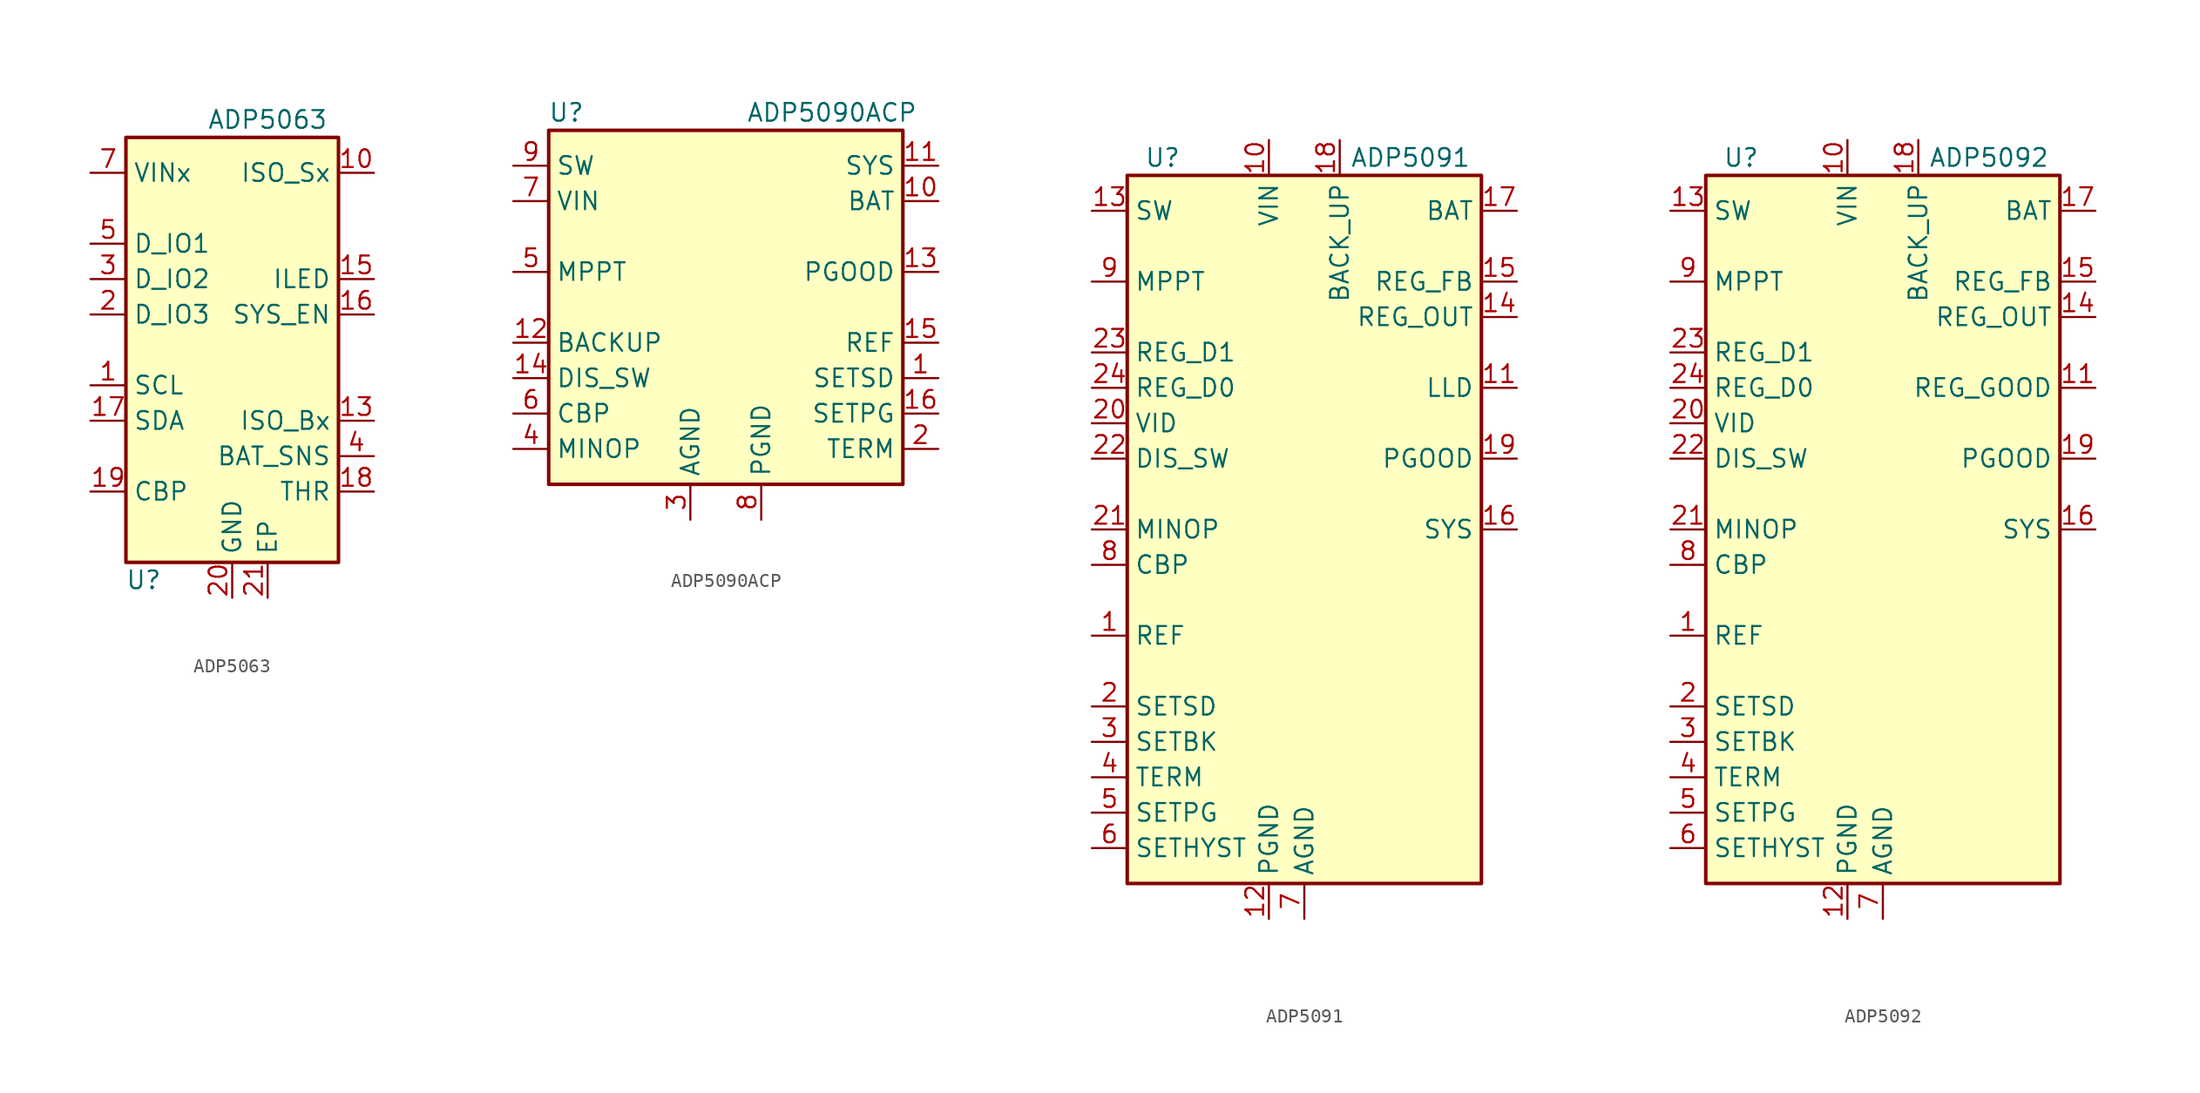
<source format=kicad_sym>
(kicad_symbol_lib
  (version 20211014)
  (generator kicad_symbol_editor)
  (symbol "ADP5063"
    (property "Reference" "U"
      (at -6.35 -16.51 0)
      (effects (font (size 1.27 1.27))))
    (property "Value" "ADP5063"
      (at 2.54 16.51 0)
      (effects (font (size 1.27 1.27))))
    (symbol "ADP5063_1_1"
      (rectangle (start -7.62 15.24) (end 7.62 -15.24) (stroke (width 0.254) (type default) (color 0 0 0 0)) (fill (type background)))
      (pin input line (at -10.16 -2.54 0) (length 2.54) (name "SCL" (effects (font (size 1.27 1.27)))) (number "1" (effects (font (size 1.27 1.27)))))
      (pin power_out line (at 10.16 12.7 180) (length 2.54) (name "ISO_Sx" (effects (font (size 1.27 1.27)))) (number "10" (effects (font (size 1.27 1.27)))))
      (pin passive line (at 10.16 12.7 180) (length 2.54) hide (name "ISO_Sx" (effects (font (size 1.27 1.27)))) (number "11" (effects (font (size 1.27 1.27)))))
      (pin passive line (at 10.16 -5.08 180) (length 2.54) hide (name "ISO_Bx" (effects (font (size 1.27 1.27)))) (number "12" (effects (font (size 1.27 1.27)))))
      (pin passive line (at 10.16 -5.08 180) (length 2.54) (name "ISO_Bx" (effects (font (size 1.27 1.27)))) (number "13" (effects (font (size 1.27 1.27)))))
      (pin passive line (at 10.16 -5.08 180) (length 2.54) hide (name "ISO_Bx" (effects (font (size 1.27 1.27)))) (number "14" (effects (font (size 1.27 1.27)))))
      (pin open_collector line (at 10.16 5.08 180) (length 2.54) (name "ILED" (effects (font (size 1.27 1.27)))) (number "15" (effects (font (size 1.27 1.27)))))
      (pin open_collector line (at 10.16 2.54 180) (length 2.54) (name "SYS_EN" (effects (font (size 1.27 1.27)))) (number "16" (effects (font (size 1.27 1.27)))))
      (pin bidirectional line (at -10.16 -5.08 0) (length 2.54) (name "SDA" (effects (font (size 1.27 1.27)))) (number "17" (effects (font (size 1.27 1.27)))))
      (pin passive line (at 10.16 -10.16 180) (length 2.54) (name "THR" (effects (font (size 1.27 1.27)))) (number "18" (effects (font (size 1.27 1.27)))))
      (pin passive line (at -10.16 -10.16 0) (length 2.54) (name "CBP" (effects (font (size 1.27 1.27)))) (number "19" (effects (font (size 1.27 1.27)))))
      (pin bidirectional line (at -10.16 2.54 0) (length 2.54) (name "D_IO3" (effects (font (size 1.27 1.27)))) (number "2" (effects (font (size 1.27 1.27)))))
      (pin power_in line (at 0 -17.78 90) (length 2.54) (name "GND" (effects (font (size 1.27 1.27)))) (number "20" (effects (font (size 1.27 1.27)))))
      (pin passive line (at 2.54 -17.78 90) (length 2.54) (name "EP" (effects (font (size 1.27 1.27)))) (number "21" (effects (font (size 1.27 1.27)))))
      (pin bidirectional line (at -10.16 5.08 0) (length 2.54) (name "D_IO2" (effects (font (size 1.27 1.27)))) (number "3" (effects (font (size 1.27 1.27)))))
      (pin passive line (at 10.16 -7.62 180) (length 2.54) (name "BAT_SNS" (effects (font (size 1.27 1.27)))) (number "4" (effects (font (size 1.27 1.27)))))
      (pin bidirectional line (at -10.16 7.62 0) (length 2.54) (name "D_IO1" (effects (font (size 1.27 1.27)))) (number "5" (effects (font (size 1.27 1.27)))))
      (pin input line (at -10.16 12.7 0) (length 2.54) hide (name "VINx" (effects (font (size 1.27 1.27)))) (number "6" (effects (font (size 1.27 1.27)))))
      (pin input line (at -10.16 12.7 0) (length 2.54) (name "VINx" (effects (font (size 1.27 1.27)))) (number "7" (effects (font (size 1.27 1.27)))))
      (pin input line (at -10.16 12.7 0) (length 2.54) hide (name "VINx" (effects (font (size 1.27 1.27)))) (number "8" (effects (font (size 1.27 1.27)))))
      (pin passive line (at 10.16 12.7 180) (length 2.54) hide (name "ISO_Sx" (effects (font (size 1.27 1.27)))) (number "9" (effects (font (size 1.27 1.27)))))))
  (symbol "ADP5090ACP"
    (property "Reference" "U"
      (at -11.43 13.97 0)
      (effects (font (size 1.27 1.27))))
    (property "Value" "ADP5090ACP"
      (at 7.62 13.97 0)
      (effects (font (size 1.27 1.27))))
    (symbol "ADP5090ACP_0_1"
      (rectangle (start -12.7 12.7) (end 12.7 -12.7) (stroke (width 0.254) (type default) (color 0 0 0 0)) (fill (type background))))
    (symbol "ADP5090ACP_1_1"
      (pin input line (at 15.24 -5.08 180) (length 2.54) (name "SETSD" (effects (font (size 1.27 1.27)))) (number "1" (effects (font (size 1.27 1.27)))))
      (pin power_out line (at 15.24 7.62 180) (length 2.54) (name "BAT" (effects (font (size 1.27 1.27)))) (number "10" (effects (font (size 1.27 1.27)))))
      (pin power_out line (at 15.24 10.16 180) (length 2.54) (name "SYS" (effects (font (size 1.27 1.27)))) (number "11" (effects (font (size 1.27 1.27)))))
      (pin passive line (at -15.24 -2.54 0) (length 2.54) (name "BACKUP" (effects (font (size 1.27 1.27)))) (number "12" (effects (font (size 1.27 1.27)))))
      (pin output line (at 15.24 2.54 180) (length 2.54) (name "PGOOD" (effects (font (size 1.27 1.27)))) (number "13" (effects (font (size 1.27 1.27)))))
      (pin input line (at -15.24 -5.08 0) (length 2.54) (name "DIS_SW" (effects (font (size 1.27 1.27)))) (number "14" (effects (font (size 1.27 1.27)))))
      (pin output line (at 15.24 -2.54 180) (length 2.54) (name "REF" (effects (font (size 1.27 1.27)))) (number "15" (effects (font (size 1.27 1.27)))))
      (pin input line (at 15.24 -7.62 180) (length 2.54) (name "SETPG" (effects (font (size 1.27 1.27)))) (number "16" (effects (font (size 1.27 1.27)))))
      (pin passive line (at -2.54 -15.24 90) (length 2.54) hide (name "AGND" (effects (font (size 1.27 1.27)))) (number "17" (effects (font (size 1.27 1.27)))))
      (pin input line (at 15.24 -10.16 180) (length 2.54) (name "TERM" (effects (font (size 1.27 1.27)))) (number "2" (effects (font (size 1.27 1.27)))))
      (pin power_in line (at -2.54 -15.24 90) (length 2.54) (name "AGND" (effects (font (size 1.27 1.27)))) (number "3" (effects (font (size 1.27 1.27)))))
      (pin passive line (at -15.24 -10.16 0) (length 2.54) (name "MINOP" (effects (font (size 1.27 1.27)))) (number "4" (effects (font (size 1.27 1.27)))))
      (pin input line (at -15.24 2.54 0) (length 2.54) (name "MPPT" (effects (font (size 1.27 1.27)))) (number "5" (effects (font (size 1.27 1.27)))))
      (pin passive line (at -15.24 -7.62 0) (length 2.54) (name "CBP" (effects (font (size 1.27 1.27)))) (number "6" (effects (font (size 1.27 1.27)))))
      (pin power_in line (at -15.24 7.62 0) (length 2.54) (name "VIN" (effects (font (size 1.27 1.27)))) (number "7" (effects (font (size 1.27 1.27)))))
      (pin power_in line (at 2.54 -15.24 90) (length 2.54) (name "PGND" (effects (font (size 1.27 1.27)))) (number "8" (effects (font (size 1.27 1.27)))))
      (pin input line (at -15.24 10.16 0) (length 2.54) (name "SW" (effects (font (size 1.27 1.27)))) (number "9" (effects (font (size 1.27 1.27)))))))
  (symbol "ADP5091"
    (property "Reference" "U"
      (at -10.16 26.67 0)
      (effects (font (size 1.27 1.27))))
    (property "Value" "ADP5091"
      (at 7.62 26.67 0)
      (effects (font (size 1.27 1.27))))
    (symbol "ADP5091_0_1"
      (rectangle (start 12.7 25.4) (end -12.7 -25.4) (stroke (width 0.254) (type default) (color 0 0 0 0)) (fill (type background))))
    (symbol "ADP5091_1_1"
      (pin passive line (at -15.24 -7.62 0) (length 2.54) (name "REF" (effects (font (size 1.27 1.27)))) (number "1" (effects (font (size 1.27 1.27)))))
      (pin power_in line (at -2.54 27.94 270) (length 2.54) (name "VIN" (effects (font (size 1.27 1.27)))) (number "10" (effects (font (size 1.27 1.27)))))
      (pin output line (at 15.24 10.16 180) (length 2.54) (name "LLD" (effects (font (size 1.27 1.27)))) (number "11" (effects (font (size 1.27 1.27)))))
      (pin power_in line (at -2.54 -27.94 90) (length 2.54) (name "PGND" (effects (font (size 1.27 1.27)))) (number "12" (effects (font (size 1.27 1.27)))))
      (pin power_in line (at -15.24 22.86 0) (length 2.54) (name "SW" (effects (font (size 1.27 1.27)))) (number "13" (effects (font (size 1.27 1.27)))))
      (pin power_out line (at 15.24 15.24 180) (length 2.54) (name "REG_OUT" (effects (font (size 1.27 1.27)))) (number "14" (effects (font (size 1.27 1.27)))))
      (pin power_out line (at 15.24 17.78 180) (length 2.54) (name "REG_FB" (effects (font (size 1.27 1.27)))) (number "15" (effects (font (size 1.27 1.27)))))
      (pin power_out line (at 15.24 0 180) (length 2.54) (name "SYS" (effects (font (size 1.27 1.27)))) (number "16" (effects (font (size 1.27 1.27)))))
      (pin power_out line (at 15.24 22.86 180) (length 2.54) (name "BAT" (effects (font (size 1.27 1.27)))) (number "17" (effects (font (size 1.27 1.27)))))
      (pin power_in line (at 2.54 27.94 270) (length 2.54) (name "BACK_UP" (effects (font (size 1.27 1.27)))) (number "18" (effects (font (size 1.27 1.27)))))
      (pin output line (at 15.24 5.08 180) (length 2.54) (name "PGOOD" (effects (font (size 1.27 1.27)))) (number "19" (effects (font (size 1.27 1.27)))))
      (pin passive line (at -15.24 -12.7 0) (length 2.54) (name "SETSD" (effects (font (size 1.27 1.27)))) (number "2" (effects (font (size 1.27 1.27)))))
      (pin input line (at -15.24 7.62 0) (length 2.54) (name "VID" (effects (font (size 1.27 1.27)))) (number "20" (effects (font (size 1.27 1.27)))))
      (pin passive line (at -15.24 0 0) (length 2.54) (name "MINOP" (effects (font (size 1.27 1.27)))) (number "21" (effects (font (size 1.27 1.27)))))
      (pin input line (at -15.24 5.08 0) (length 2.54) (name "DIS_SW" (effects (font (size 1.27 1.27)))) (number "22" (effects (font (size 1.27 1.27)))))
      (pin input line (at -15.24 12.7 0) (length 2.54) (name "REG_D1" (effects (font (size 1.27 1.27)))) (number "23" (effects (font (size 1.27 1.27)))))
      (pin input line (at -15.24 10.16 0) (length 2.54) (name "REG_D0" (effects (font (size 1.27 1.27)))) (number "24" (effects (font (size 1.27 1.27)))))
      (pin passive line (at 0 -27.94 90) (length 2.54) hide (name "AGND" (effects (font (size 1.27 1.27)))) (number "25" (effects (font (size 1.27 1.27)))))
      (pin passive line (at -15.24 -15.24 0) (length 2.54) (name "SETBK" (effects (font (size 1.27 1.27)))) (number "3" (effects (font (size 1.27 1.27)))))
      (pin passive line (at -15.24 -17.78 0) (length 2.54) (name "TERM" (effects (font (size 1.27 1.27)))) (number "4" (effects (font (size 1.27 1.27)))))
      (pin passive line (at -15.24 -20.32 0) (length 2.54) (name "SETPG" (effects (font (size 1.27 1.27)))) (number "5" (effects (font (size 1.27 1.27)))))
      (pin passive line (at -15.24 -22.86 0) (length 2.54) (name "SETHYST" (effects (font (size 1.27 1.27)))) (number "6" (effects (font (size 1.27 1.27)))))
      (pin power_in line (at 0 -27.94 90) (length 2.54) (name "AGND" (effects (font (size 1.27 1.27)))) (number "7" (effects (font (size 1.27 1.27)))))
      (pin passive line (at -15.24 -2.54 0) (length 2.54) (name "CBP" (effects (font (size 1.27 1.27)))) (number "8" (effects (font (size 1.27 1.27)))))
      (pin input line (at -15.24 17.78 0) (length 2.54) (name "MPPT" (effects (font (size 1.27 1.27)))) (number "9" (effects (font (size 1.27 1.27)))))))
  (symbol "ADP5092"
    (property "Reference" "U"
      (at -10.16 26.67 0)
      (effects (font (size 1.27 1.27))))
    (property "Value" "ADP5092"
      (at 7.62 26.67 0)
      (effects (font (size 1.27 1.27))))
    (symbol "ADP5092_0_1"
      (rectangle (start 12.7 25.4) (end -12.7 -25.4) (stroke (width 0.254) (type default) (color 0 0 0 0)) (fill (type background))))
    (symbol "ADP5092_1_1"
      (pin passive line (at -15.24 -7.62 0) (length 2.54) (name "REF" (effects (font (size 1.27 1.27)))) (number "1" (effects (font (size 1.27 1.27)))))
      (pin power_in line (at -2.54 27.94 270) (length 2.54) (name "VIN" (effects (font (size 1.27 1.27)))) (number "10" (effects (font (size 1.27 1.27)))))
      (pin output line (at 15.24 10.16 180) (length 2.54) (name "REG_GOOD" (effects (font (size 1.27 1.27)))) (number "11" (effects (font (size 1.27 1.27)))))
      (pin power_in line (at -2.54 -27.94 90) (length 2.54) (name "PGND" (effects (font (size 1.27 1.27)))) (number "12" (effects (font (size 1.27 1.27)))))
      (pin power_in line (at -15.24 22.86 0) (length 2.54) (name "SW" (effects (font (size 1.27 1.27)))) (number "13" (effects (font (size 1.27 1.27)))))
      (pin power_out line (at 15.24 15.24 180) (length 2.54) (name "REG_OUT" (effects (font (size 1.27 1.27)))) (number "14" (effects (font (size 1.27 1.27)))))
      (pin power_out line (at 15.24 17.78 180) (length 2.54) (name "REG_FB" (effects (font (size 1.27 1.27)))) (number "15" (effects (font (size 1.27 1.27)))))
      (pin power_out line (at 15.24 0 180) (length 2.54) (name "SYS" (effects (font (size 1.27 1.27)))) (number "16" (effects (font (size 1.27 1.27)))))
      (pin power_out line (at 15.24 22.86 180) (length 2.54) (name "BAT" (effects (font (size 1.27 1.27)))) (number "17" (effects (font (size 1.27 1.27)))))
      (pin power_in line (at 2.54 27.94 270) (length 2.54) (name "BACK_UP" (effects (font (size 1.27 1.27)))) (number "18" (effects (font (size 1.27 1.27)))))
      (pin output line (at 15.24 5.08 180) (length 2.54) (name "PGOOD" (effects (font (size 1.27 1.27)))) (number "19" (effects (font (size 1.27 1.27)))))
      (pin passive line (at -15.24 -12.7 0) (length 2.54) (name "SETSD" (effects (font (size 1.27 1.27)))) (number "2" (effects (font (size 1.27 1.27)))))
      (pin input line (at -15.24 7.62 0) (length 2.54) (name "VID" (effects (font (size 1.27 1.27)))) (number "20" (effects (font (size 1.27 1.27)))))
      (pin passive line (at -15.24 0 0) (length 2.54) (name "MINOP" (effects (font (size 1.27 1.27)))) (number "21" (effects (font (size 1.27 1.27)))))
      (pin input line (at -15.24 5.08 0) (length 2.54) (name "DIS_SW" (effects (font (size 1.27 1.27)))) (number "22" (effects (font (size 1.27 1.27)))))
      (pin input line (at -15.24 12.7 0) (length 2.54) (name "REG_D1" (effects (font (size 1.27 1.27)))) (number "23" (effects (font (size 1.27 1.27)))))
      (pin input line (at -15.24 10.16 0) (length 2.54) (name "REG_D0" (effects (font (size 1.27 1.27)))) (number "24" (effects (font (size 1.27 1.27)))))
      (pin passive line (at 0 -27.94 90) (length 2.54) hide (name "AGND" (effects (font (size 1.27 1.27)))) (number "25" (effects (font (size 1.27 1.27)))))
      (pin passive line (at -15.24 -15.24 0) (length 2.54) (name "SETBK" (effects (font (size 1.27 1.27)))) (number "3" (effects (font (size 1.27 1.27)))))
      (pin passive line (at -15.24 -17.78 0) (length 2.54) (name "TERM" (effects (font (size 1.27 1.27)))) (number "4" (effects (font (size 1.27 1.27)))))
      (pin passive line (at -15.24 -20.32 0) (length 2.54) (name "SETPG" (effects (font (size 1.27 1.27)))) (number "5" (effects (font (size 1.27 1.27)))))
      (pin passive line (at -15.24 -22.86 0) (length 2.54) (name "SETHYST" (effects (font (size 1.27 1.27)))) (number "6" (effects (font (size 1.27 1.27)))))
      (pin power_in line (at 0 -27.94 90) (length 2.54) (name "AGND" (effects (font (size 1.27 1.27)))) (number "7" (effects (font (size 1.27 1.27)))))
      (pin passive line (at -15.24 -2.54 0) (length 2.54) (name "CBP" (effects (font (size 1.27 1.27)))) (number "8" (effects (font (size 1.27 1.27)))))
      (pin input line (at -15.24 17.78 0) (length 2.54) (name "MPPT" (effects (font (size 1.27 1.27)))) (number "9" (effects (font (size 1.27 1.27))))))))
</source>
